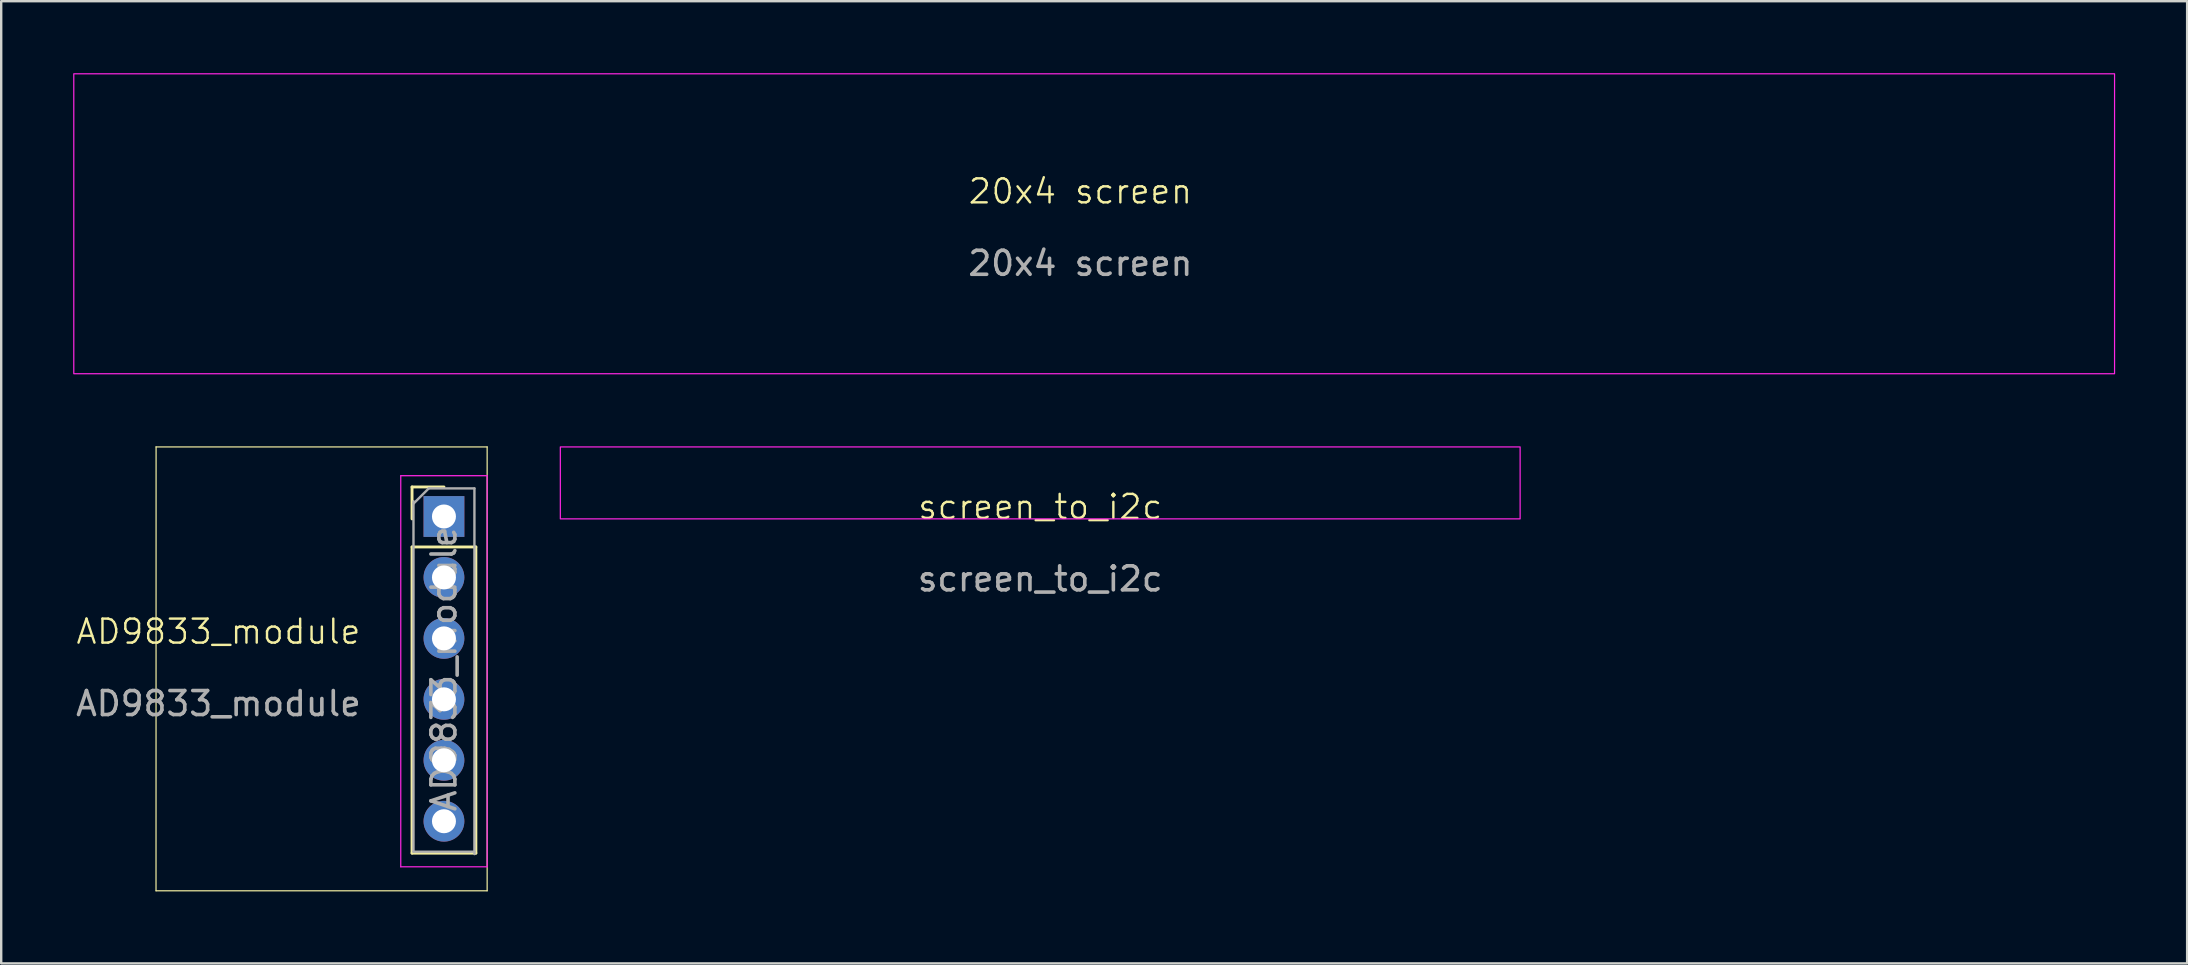
<source format=kicad_pcb>
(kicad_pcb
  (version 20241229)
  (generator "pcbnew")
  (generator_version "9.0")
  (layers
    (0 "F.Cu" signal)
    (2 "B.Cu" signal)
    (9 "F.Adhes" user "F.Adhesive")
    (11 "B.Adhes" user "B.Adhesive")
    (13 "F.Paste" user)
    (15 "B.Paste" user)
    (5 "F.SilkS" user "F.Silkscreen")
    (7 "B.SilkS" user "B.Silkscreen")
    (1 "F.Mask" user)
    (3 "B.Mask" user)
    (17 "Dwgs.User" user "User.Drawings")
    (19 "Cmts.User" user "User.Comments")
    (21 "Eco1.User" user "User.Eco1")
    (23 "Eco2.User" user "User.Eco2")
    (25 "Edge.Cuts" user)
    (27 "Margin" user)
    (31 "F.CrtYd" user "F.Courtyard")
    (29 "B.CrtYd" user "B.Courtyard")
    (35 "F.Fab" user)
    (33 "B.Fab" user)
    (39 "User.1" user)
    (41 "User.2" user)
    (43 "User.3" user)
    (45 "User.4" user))
  (footprint "screen_to_i2c"
    (layer "F.Cu")
    (at 40.302 18.575)
    (property "Reference" "screen_to_i2c" (at 0 -0.5 0) (unlocked yes) (layer "F.SilkS") (effects (font (size 1 1) (thickness 0.1))))
    (attr smd)
    (fp_rect (start -20 -3) (end 20 0) (stroke (width 0.05) (type default)) (fill no) (layer "F.CrtYd"))
    (fp_text user "${REFERENCE}" (at 0 2.5 0) (unlocked yes) (layer "F.Fab") (effects (font (size 1 1) (thickness 0.15)))))
  (footprint "AD9833_module"
    (layer "F.Cu")
    (at 15.452 18.475)
    (property "Reference" "AD9833_module" (at -9.398 4.798 0) (unlocked yes) (layer "F.SilkS") (effects (font (size 1 1) (thickness 0.1))))
    (attr smd)
    (fp_line (start -12 -2.9) (end 1.8 -2.9) (stroke (width 0.05) (type solid)) (layer "F.SilkS"))
    (fp_line (start -12 15.6) (end 1.8 15.6) (stroke (width 0.05) (type solid)) (layer "F.SilkS"))
    (fp_line (start -11.997 -2.9) (end -12 15.6) (stroke (width 0.05) (type solid)) (layer "F.SilkS"))
    (fp_line (start -1.33 -1.23) (end 0 -1.23) (stroke (width 0.12) (type solid)) (layer "F.SilkS"))
    (fp_line (start -1.33 0.1) (end -1.33 -1.23) (stroke (width 0.12) (type solid)) (layer "F.SilkS"))
    (fp_line (start -1.33 1.27) (end -1.33 14.03) (stroke (width 0.12) (type solid)) (layer "F.SilkS"))
    (fp_line (start -1.33 1.27) (end 1.33 1.27) (stroke (width 0.12) (type solid)) (layer "F.SilkS"))
    (fp_line (start -1.33 14.03) (end 1.33 14.03) (stroke (width 0.12) (type solid)) (layer "F.SilkS"))
    (fp_line (start 1.33 1.27) (end 1.33 14.03) (stroke (width 0.12) (type solid)) (layer "F.SilkS"))
    (fp_line (start 1.8 15.6) (end 1.8 -2.9) (stroke (width 0.05) (type solid)) (layer "F.SilkS"))
    (fp_line (start -1.8 -1.7) (end -1.8 14.6) (stroke (width 0.05) (type solid)) (layer "F.CrtYd"))
    (fp_line (start -1.8 14.6) (end 1.8 14.6) (stroke (width 0.05) (type solid)) (layer "F.CrtYd"))
    (fp_line (start 1.8 -1.7) (end -1.8 -1.7) (stroke (width 0.05) (type solid)) (layer "F.CrtYd"))
    (fp_line (start 1.8 14.6) (end 1.8 -1.7) (stroke (width 0.05) (type solid)) (layer "F.CrtYd"))
    (fp_line (start -1.27 -0.535) (end -0.635 -1.17) (stroke (width 0.1) (type solid)) (layer "F.Fab"))
    (fp_line (start -1.27 13.97) (end -1.27 -0.635) (stroke (width 0.1) (type solid)) (layer "F.Fab"))
    (fp_line (start -0.635 -1.17) (end 1.27 -1.17) (stroke (width 0.1) (type solid)) (layer "F.Fab"))
    (fp_line (start 1.27 -1.17) (end 1.27 14.07) (stroke (width 0.1) (type solid)) (layer "F.Fab"))
    (fp_line (start 1.27 13.97) (end -1.27 13.97) (stroke (width 0.1) (type solid)) (layer "F.Fab"))
    (fp_text user "${REFERENCE}" (at 0 6.35 90) (layer "F.Fab") (effects (font (size 1 1) (thickness 0.15))))
    (fp_text user "${REFERENCE}" (at -9.398 7.798 0) (unlocked yes) (layer "F.Fab") (effects (font (size 1 1) (thickness 0.15))))
    (pad "1" thru_hole rect (at 0 0) (size 1.7 1.7) (drill 1) (layers "*.Cu" "*.Mask"))
    (pad "2" thru_hole oval (at 0 2.54) (size 1.7 1.7) (drill 1) (layers "*.Cu" "*.Mask"))
    (pad "3" thru_hole oval (at 0 5.08) (size 1.7 1.7) (drill 1) (layers "*.Cu" "*.Mask"))
    (pad "4" thru_hole oval (at 0 7.62) (size 1.7 1.7) (drill 1) (layers "*.Cu" "*.Mask"))
    (pad "5" thru_hole oval (at 0 10.16) (size 1.7 1.7) (drill 1) (layers "*.Cu" "*.Mask"))
    (pad "6" thru_hole oval (at 0 12.7) (size 1.7 1.7) (drill 1) (layers "*.Cu" "*.Mask")))
  (footprint "20x4 screen"
    (layer "F.Cu")
    (at 41.975 5.425)
    (property "Reference" "20x4 screen" (at 0 -0.5 0) (unlocked yes) (layer "F.SilkS") (effects (font (size 1 1) (thickness 0.1))))
    (attr smd)
    (fp_rect (start -41.95 -5.4) (end 43.1 7.1) (stroke (width 0.05) (type default)) (fill no) (layer "F.CrtYd"))
    (fp_text user "${REFERENCE}" (at 0 2.5 0) (unlocked yes) (layer "F.Fab") (effects (font (size 1 1) (thickness 0.15)))))
  (gr_rect
    (start -3 -3)
    (end 88.1 37.1)
    (stroke (width 0.1) (type default))
    (fill no)
    (layer "Edge.Cuts")))
</source>
